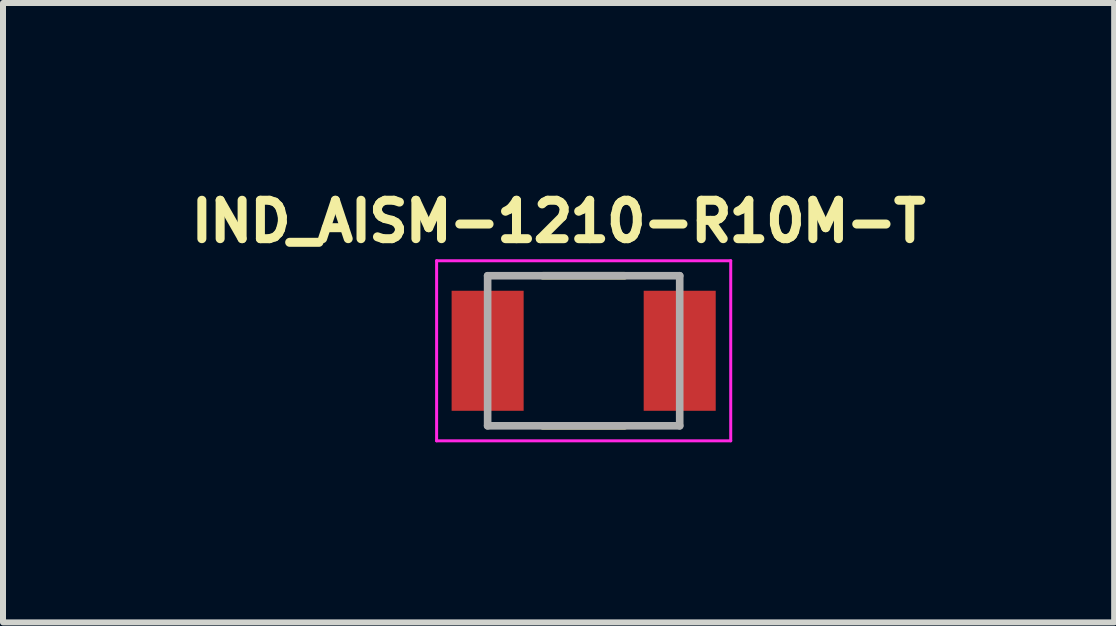
<source format=kicad_pcb>
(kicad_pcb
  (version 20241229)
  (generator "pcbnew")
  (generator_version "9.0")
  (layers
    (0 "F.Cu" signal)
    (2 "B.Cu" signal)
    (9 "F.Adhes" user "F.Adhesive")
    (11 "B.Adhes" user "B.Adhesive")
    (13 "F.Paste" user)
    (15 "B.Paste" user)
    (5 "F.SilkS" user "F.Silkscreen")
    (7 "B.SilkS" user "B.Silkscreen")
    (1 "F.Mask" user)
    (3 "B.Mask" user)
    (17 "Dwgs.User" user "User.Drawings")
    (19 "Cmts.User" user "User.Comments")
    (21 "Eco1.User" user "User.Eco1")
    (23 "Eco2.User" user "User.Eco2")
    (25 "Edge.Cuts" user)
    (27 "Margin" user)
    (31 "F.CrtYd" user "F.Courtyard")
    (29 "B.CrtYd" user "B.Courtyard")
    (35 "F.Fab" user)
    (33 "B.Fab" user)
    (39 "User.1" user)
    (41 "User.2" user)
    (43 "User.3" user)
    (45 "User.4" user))
  (footprint "IND_AISM-1210-R10M-T"
    (layer "F.Cu")
    (at 6.674 2.794)
    (property "Reference" "IND_AISM-1210-R10M-T" (at -0.418 -2.156 0) (layer "F.SilkS") (effects (font (size 0.64 0.64) (thickness 0.15))))
    (attr smd)
    (fp_line (start -0.68 -1.25) (end 0.68 -1.25) (stroke (width 0.127) (type solid)) (layer "F.SilkS"))
    (fp_line (start -0.68 1.25) (end 0.68 1.25) (stroke (width 0.127) (type solid)) (layer "F.SilkS"))
    (fp_line (start -2.45 -1.5) (end -2.45 1.5) (stroke (width 0.05) (type solid)) (layer "F.CrtYd"))
    (fp_line (start -2.45 1.5) (end 2.45 1.5) (stroke (width 0.05) (type solid)) (layer "F.CrtYd"))
    (fp_line (start 2.45 -1.5) (end -2.45 -1.5) (stroke (width 0.05) (type solid)) (layer "F.CrtYd"))
    (fp_line (start 2.45 1.5) (end 2.45 -1.5) (stroke (width 0.05) (type solid)) (layer "F.CrtYd"))
    (fp_line (start -1.6 -1.25) (end -1.6 1.25) (stroke (width 0.127) (type solid)) (layer "F.Fab"))
    (fp_line (start -1.6 -1.25) (end 1.6 -1.25) (stroke (width 0.127) (type solid)) (layer "F.Fab"))
    (fp_line (start -1.6 1.25) (end 1.6 1.25) (stroke (width 0.127) (type solid)) (layer "F.Fab"))
    (fp_line (start 1.6 -1.25) (end 1.6 1.25) (stroke (width 0.127) (type solid)) (layer "F.Fab"))
    (pad "1" smd rect (at -1.6 0) (size 1.2 2) (layers "F.Cu" "F.Mask" "F.Paste"))
    (pad "2" smd rect (at 1.6 0) (size 1.2 2) (layers "F.Cu" "F.Mask" "F.Paste")))
  (gr_rect
    (start -3 -3)
    (end 15.512 7.319)
    (stroke (width 0.1) (type default))
    (fill no)
    (layer "Edge.Cuts")))
</source>
